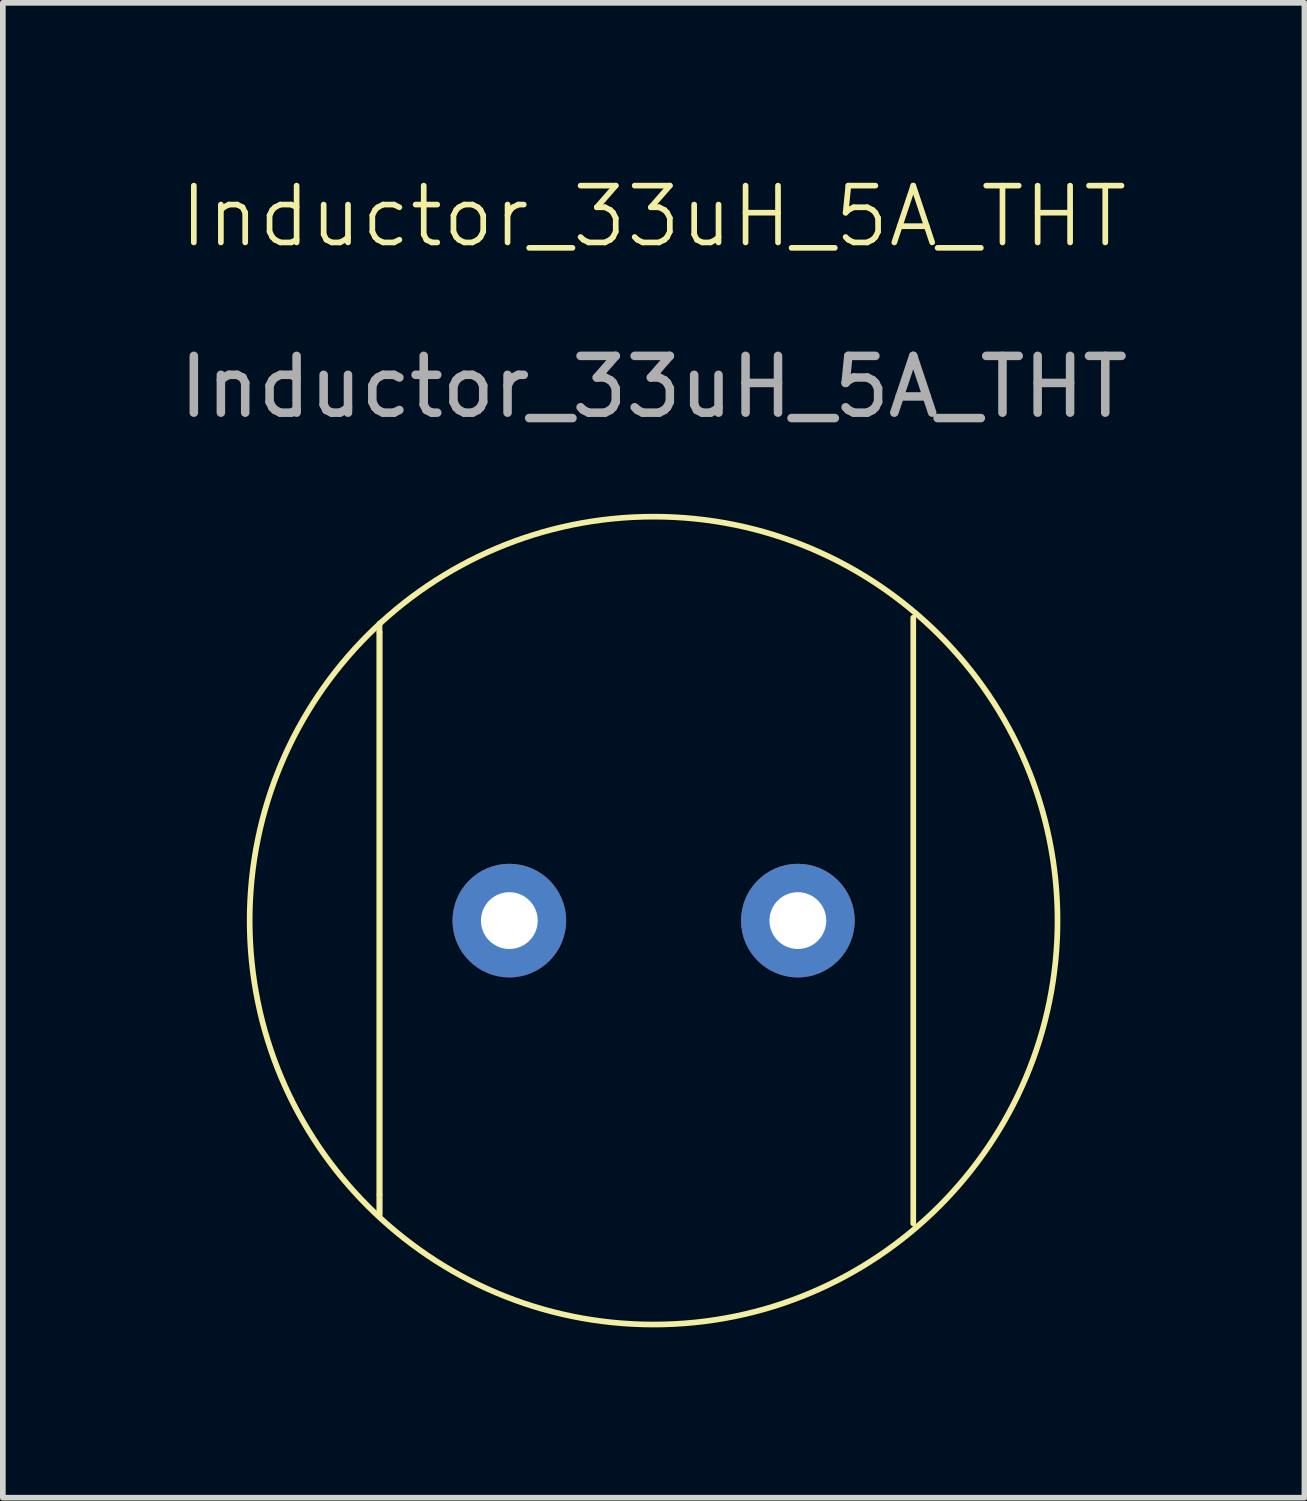
<source format=kicad_pcb>
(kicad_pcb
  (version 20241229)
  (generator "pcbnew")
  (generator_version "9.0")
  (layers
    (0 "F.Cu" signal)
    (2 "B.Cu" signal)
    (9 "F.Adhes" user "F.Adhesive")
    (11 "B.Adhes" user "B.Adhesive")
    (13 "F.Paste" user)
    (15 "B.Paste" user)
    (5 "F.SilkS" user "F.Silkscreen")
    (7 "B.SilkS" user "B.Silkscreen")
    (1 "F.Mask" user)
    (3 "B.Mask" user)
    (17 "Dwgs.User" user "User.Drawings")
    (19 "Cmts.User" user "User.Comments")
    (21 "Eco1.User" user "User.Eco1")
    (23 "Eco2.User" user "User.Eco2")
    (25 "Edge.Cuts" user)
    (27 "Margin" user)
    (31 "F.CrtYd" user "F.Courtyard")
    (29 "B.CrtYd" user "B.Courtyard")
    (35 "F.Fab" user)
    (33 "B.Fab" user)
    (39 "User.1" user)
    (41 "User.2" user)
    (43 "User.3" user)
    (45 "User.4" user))
  (footprint "Inductor_33uH_5A_THT"
    (layer "F.Cu")
    (at 8.458 13.159)
    (property "Reference" "Inductor_33uH_5A_THT" (at 0 -12.398 0) (unlocked yes) (layer "F.SilkS") (effects (font (size 1 1) (thickness 0.1))))
    (attr through_hole)
    (fp_line (start -4.826 -5.08) (end -4.826 -5.232) (stroke (width 0.1) (type default)) (layer "F.SilkS"))
    (fp_line (start -4.826 -5.08) (end -4.826 4.826) (stroke (width 0.1) (type default)) (layer "F.SilkS"))
    (fp_line (start -4.826 4.826) (end -4.826 5.182) (stroke (width 0.1) (type default)) (layer "F.SilkS"))
    (fp_line (start -4.826 5.182) (end -4.826 -5.08) (stroke (width 0.1) (type default)) (layer "F.SilkS"))
    (fp_line (start 4.572 -5.334) (end 4.572 5.334) (stroke (width 0.1) (type default)) (layer "F.SilkS"))
    (fp_circle (center 0 0) (end 7.112 0) (stroke (width 0.1) (type default)) (fill no) (layer "F.SilkS"))
    (fp_line (start -4.318 5.588) (end 4.572 1.016) (stroke (width 0.1) (type default)) (layer "F.Paste"))
    (fp_line (start -2.54 6.604) (end 4.572 2.54) (stroke (width 0.1) (type default)) (layer "F.Paste"))
    (fp_line (start 0 7.112) (end 4.572 4.318) (stroke (width 0.1) (type default)) (layer "F.Paste"))
    (fp_line (start 1.778 -6.858) (end -4.826 -3.556) (stroke (width 0.1) (type default)) (layer "F.Paste"))
    (fp_line (start 3.302 -6.35) (end -4.826 -2.032) (stroke (width 0.1) (type default)) (layer "F.Paste"))
    (fp_line (start 4.572 -5.334) (end -4.826 -0.508) (stroke (width 0.1) (type default)) (layer "F.Paste"))
    (fp_text user "${REFERENCE}" (at 0 -9.398 0) (unlocked yes) (layer "F.Fab") (effects (font (size 1 1) (thickness 0.15))))
    (pad "1" thru_hole circle (at -2.54 0 90) (size 2 2) (drill 1) (layers "*.Cu" "*.Mask"))
    (pad "2" thru_hole circle (at 2.54 0 90) (size 2 2) (drill 1) (layers "*.Cu" "*.Mask")))
  (gr_rect
    (start -3 -3)
    (end 19.917 23.32)
    (stroke (width 0.1) (type default))
    (fill no)
    (layer "Edge.Cuts")))
</source>
